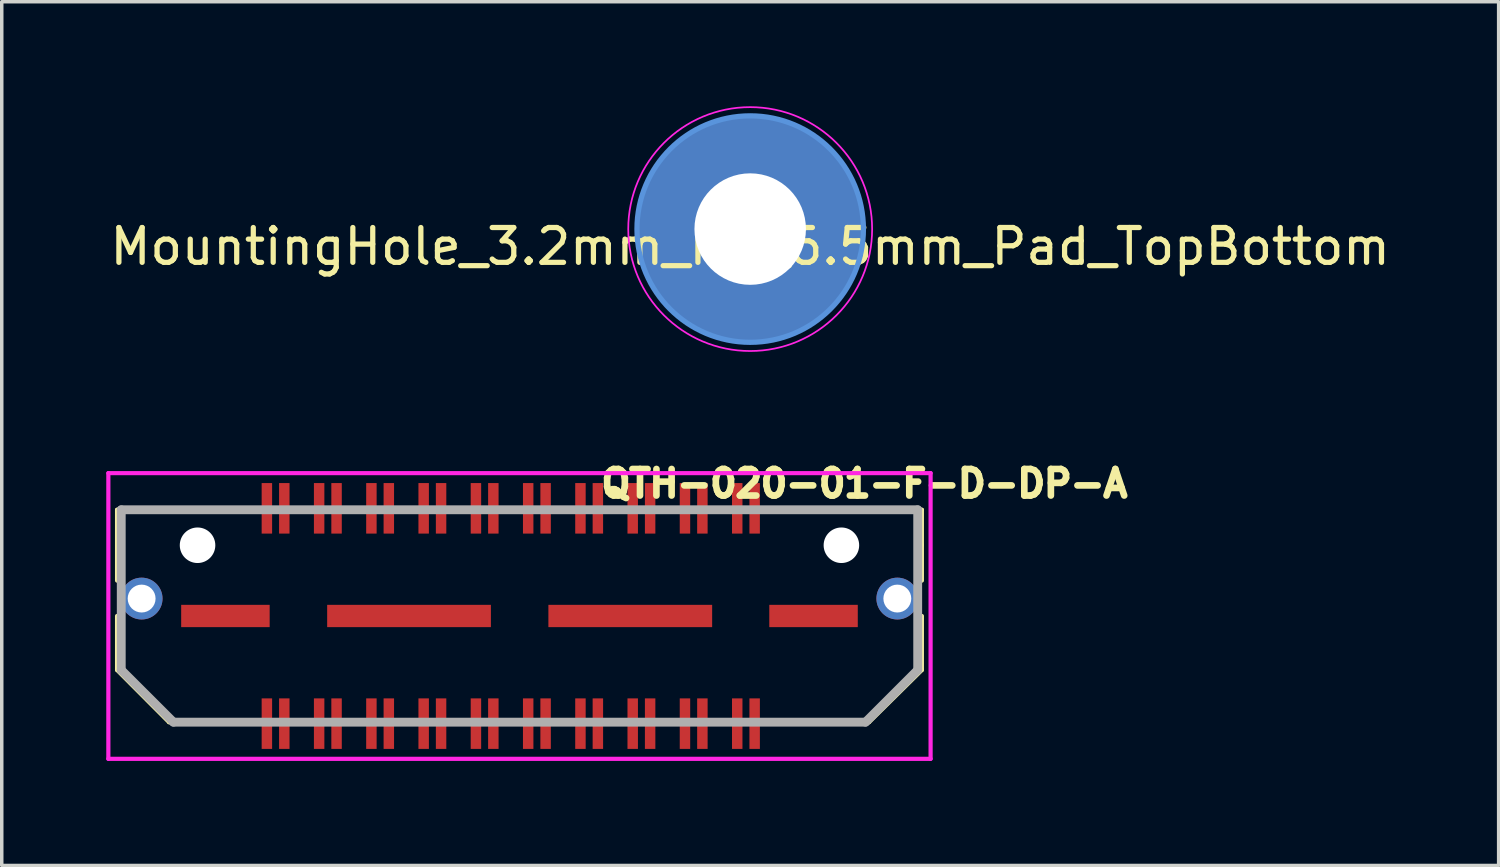
<source format=kicad_pcb>
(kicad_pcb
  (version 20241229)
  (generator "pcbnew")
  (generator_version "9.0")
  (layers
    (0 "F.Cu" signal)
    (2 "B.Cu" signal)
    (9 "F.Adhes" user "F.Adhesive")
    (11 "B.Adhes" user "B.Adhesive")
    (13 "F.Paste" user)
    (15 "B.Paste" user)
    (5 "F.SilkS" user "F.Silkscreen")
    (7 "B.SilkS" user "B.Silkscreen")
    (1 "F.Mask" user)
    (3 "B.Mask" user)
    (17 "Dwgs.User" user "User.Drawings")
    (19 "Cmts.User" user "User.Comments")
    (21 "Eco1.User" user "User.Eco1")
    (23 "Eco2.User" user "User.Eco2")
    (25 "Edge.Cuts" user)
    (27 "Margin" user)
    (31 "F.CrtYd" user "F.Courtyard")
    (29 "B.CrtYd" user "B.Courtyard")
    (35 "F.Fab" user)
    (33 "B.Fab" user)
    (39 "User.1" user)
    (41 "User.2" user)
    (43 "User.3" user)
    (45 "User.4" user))
  (footprint "QTH-020-01-F-D-DP-A"
    (layer "F.Cu")
    (at 11.86 14.63)
    (property "Reference" "QTH-020-01-F-D-DP-A" (at 9.9 -3.8 0) (layer "F.SilkS") (effects (font (size 0.762 0.762) (thickness 0.191))))
    (attr through_hole)
    (fp_line (start -11.55 -3.048) (end -7.671 -3.048) (stroke (width 0.12) (type solid)) (layer "F.SilkS"))
    (fp_line (start -11.55 -2.032) (end -11.55 -3.048) (stroke (width 0.12) (type solid)) (layer "F.SilkS"))
    (fp_line (start -11.55 -1.016) (end -11.55 -2.032) (stroke (width 0.12) (type solid)) (layer "F.SilkS"))
    (fp_line (start -11.55 1.55) (end -11.55 0) (stroke (width 0.12) (type solid)) (layer "F.SilkS"))
    (fp_line (start -10.058 3.048) (end -11.55 1.55) (stroke (width 0.12) (type solid)) (layer "F.SilkS"))
    (fp_line (start -7.696 3.048) (end -10.058 3.048) (stroke (width 0.12) (type solid)) (layer "F.SilkS"))
    (fp_line (start 7.214 3.048) (end 10.033 3.048) (stroke (width 0.12) (type solid)) (layer "F.SilkS"))
    (fp_line (start 10.033 3.048) (end 11.55 1.55) (stroke (width 0.12) (type solid)) (layer "F.SilkS"))
    (fp_line (start 11.55 -3.048) (end 7.2 -3.048) (stroke (width 0.12) (type solid)) (layer "F.SilkS"))
    (fp_line (start 11.55 -2.032) (end 11.55 -3.048) (stroke (width 0.12) (type solid)) (layer "F.SilkS"))
    (fp_line (start 11.55 -1.016) (end 11.55 -2.032) (stroke (width 0.12) (type solid)) (layer "F.SilkS"))
    (fp_line (start 11.55 1.55) (end 11.55 0) (stroke (width 0.12) (type solid)) (layer "F.SilkS"))
    (fp_line (start -11.8 -4.1) (end -11.8 4.1) (stroke (width 0.12) (type solid)) (layer "F.CrtYd"))
    (fp_line (start -11.8 4.1) (end 11.8 4.1) (stroke (width 0.12) (type solid)) (layer "F.CrtYd"))
    (fp_line (start 11.8 -4.1) (end -11.8 -4.1) (stroke (width 0.12) (type solid)) (layer "F.CrtYd"))
    (fp_line (start 11.8 4.1) (end 11.8 -4.1) (stroke (width 0.12) (type solid)) (layer "F.CrtYd"))
    (fp_line (start -11.43 -3.048) (end 11.43 -3.048) (stroke (width 0.254) (type solid)) (layer "F.Fab"))
    (fp_line (start -11.43 1.55) (end -11.43 -3.048) (stroke (width 0.254) (type solid)) (layer "F.Fab"))
    (fp_line (start -9.931 3.048) (end -11.43 1.55) (stroke (width 0.254) (type solid)) (layer "F.Fab"))
    (fp_line (start 9.931 3.048) (end -9.931 3.048) (stroke (width 0.254) (type solid)) (layer "F.Fab"))
    (fp_line (start 11.43 -3.048) (end 11.43 1.55) (stroke (width 0.254) (type solid)) (layer "F.Fab"))
    (fp_line (start 11.43 1.55) (end 9.931 3.048) (stroke (width 0.254) (type solid)) (layer "F.Fab"))
    (pad "" np_thru_hole circle (at -9.24 -2.03 180) (size 1.02 1.02) (drill 1.02) (layers "*.Cu" "*.Mask"))
    (pad "" np_thru_hole circle (at 9.24 -2.03 180) (size 1.02 1.02) (drill 1.02) (layers "*.Cu" "*.Mask"))
    (pad "0" smd rect (at -8.44 0 180) (size 2.54 0.64) (layers "F.Cu" "F.Mask" "F.Paste"))
    (pad "0" smd rect (at -3.17 0 180) (size 4.7 0.64) (layers "F.Cu" "F.Mask" "F.Paste"))
    (pad "0" smd rect (at 3.18 0 180) (size 4.7 0.64) (layers "F.Cu" "F.Mask" "F.Paste"))
    (pad "0" smd rect (at 8.44 0 180) (size 2.54 0.64) (layers "F.Cu" "F.Mask" "F.Paste"))
    (pad "1" smd rect (at -7.25 -3.09 180) (size 0.3 1.45) (layers "F.Cu" "F.Mask" "F.Paste"))
    (pad "2" smd rect (at -7.25 3.09 180) (size 0.3 1.45) (layers "F.Cu" "F.Mask" "F.Paste"))
    (pad "3" smd rect (at -6.75 -3.09 180) (size 0.3 1.45) (layers "F.Cu" "F.Mask" "F.Paste"))
    (pad "4" smd rect (at -6.75 3.09 180) (size 0.3 1.45) (layers "F.Cu" "F.Mask" "F.Paste"))
    (pad "5" smd rect (at -5.75 -3.09 180) (size 0.3 1.45) (layers "F.Cu" "F.Mask" "F.Paste"))
    (pad "6" smd rect (at -5.75 3.09 180) (size 0.3 1.45) (layers "F.Cu" "F.Mask" "F.Paste"))
    (pad "7" smd rect (at -5.25 -3.09 180) (size 0.3 1.45) (layers "F.Cu" "F.Mask" "F.Paste"))
    (pad "8" smd rect (at -5.25 3.09 180) (size 0.3 1.45) (layers "F.Cu" "F.Mask" "F.Paste"))
    (pad "9" smd rect (at -4.25 -3.09 180) (size 0.3 1.45) (layers "F.Cu" "F.Mask" "F.Paste"))
    (pad "10" smd rect (at -4.25 3.09 180) (size 0.3 1.45) (layers "F.Cu" "F.Mask" "F.Paste"))
    (pad "11" smd rect (at -3.75 -3.09 180) (size 0.3 1.45) (layers "F.Cu" "F.Mask" "F.Paste"))
    (pad "12" smd rect (at -3.75 3.09 180) (size 0.3 1.45) (layers "F.Cu" "F.Mask" "F.Paste"))
    (pad "13" smd rect (at -2.75 -3.09 180) (size 0.3 1.45) (layers "F.Cu" "F.Mask" "F.Paste"))
    (pad "14" smd rect (at -2.75 3.09 180) (size 0.3 1.45) (layers "F.Cu" "F.Mask" "F.Paste"))
    (pad "15" smd rect (at -2.25 -3.09 180) (size 0.3 1.45) (layers "F.Cu" "F.Mask" "F.Paste"))
    (pad "16" smd rect (at -2.25 3.09 180) (size 0.3 1.45) (layers "F.Cu" "F.Mask" "F.Paste"))
    (pad "17" smd rect (at -1.25 -3.09 180) (size 0.3 1.45) (layers "F.Cu" "F.Mask" "F.Paste"))
    (pad "18" smd rect (at -1.25 3.09 180) (size 0.3 1.45) (layers "F.Cu" "F.Mask" "F.Paste"))
    (pad "19" smd rect (at -0.75 -3.09 180) (size 0.3 1.45) (layers "F.Cu" "F.Mask" "F.Paste"))
    (pad "20" smd rect (at -0.75 3.09 180) (size 0.3 1.45) (layers "F.Cu" "F.Mask" "F.Paste"))
    (pad "21" smd rect (at 0.25 -3.09 180) (size 0.3 1.45) (layers "F.Cu" "F.Mask" "F.Paste"))
    (pad "22" smd rect (at 0.25 3.09 180) (size 0.3 1.45) (layers "F.Cu" "F.Mask" "F.Paste"))
    (pad "23" smd rect (at 0.75 -3.09 180) (size 0.3 1.45) (layers "F.Cu" "F.Mask" "F.Paste"))
    (pad "24" smd rect (at 0.75 3.09 180) (size 0.3 1.45) (layers "F.Cu" "F.Mask" "F.Paste"))
    (pad "25" smd rect (at 1.75 -3.09 180) (size 0.3 1.45) (layers "F.Cu" "F.Mask" "F.Paste"))
    (pad "26" smd rect (at 1.75 3.09 180) (size 0.3 1.45) (layers "F.Cu" "F.Mask" "F.Paste"))
    (pad "27" smd rect (at 2.25 -3.09 180) (size 0.3 1.45) (layers "F.Cu" "F.Mask" "F.Paste"))
    (pad "28" smd rect (at 2.25 3.09 180) (size 0.3 1.45) (layers "F.Cu" "F.Mask" "F.Paste"))
    (pad "29" smd rect (at 3.25 -3.09 180) (size 0.3 1.45) (layers "F.Cu" "F.Mask" "F.Paste"))
    (pad "30" smd rect (at 3.25 3.09 180) (size 0.3 1.45) (layers "F.Cu" "F.Mask" "F.Paste"))
    (pad "31" smd rect (at 3.75 -3.09 180) (size 0.3 1.45) (layers "F.Cu" "F.Mask" "F.Paste"))
    (pad "32" smd rect (at 3.75 3.09 180) (size 0.3 1.45) (layers "F.Cu" "F.Mask" "F.Paste"))
    (pad "33" smd rect (at 4.75 -3.09 180) (size 0.3 1.45) (layers "F.Cu" "F.Mask" "F.Paste"))
    (pad "34" smd rect (at 4.75 3.09 180) (size 0.3 1.45) (layers "F.Cu" "F.Mask" "F.Paste"))
    (pad "35" smd rect (at 5.25 -3.09 180) (size 0.3 1.45) (layers "F.Cu" "F.Mask" "F.Paste"))
    (pad "36" smd rect (at 5.25 3.09 180) (size 0.3 1.45) (layers "F.Cu" "F.Mask" "F.Paste"))
    (pad "37" smd rect (at 6.25 -3.09 180) (size 0.3 1.45) (layers "F.Cu" "F.Mask" "F.Paste"))
    (pad "38" smd rect (at 6.25 3.09 180) (size 0.3 1.45) (layers "F.Cu" "F.Mask" "F.Paste"))
    (pad "39" smd rect (at 6.75 -3.09 180) (size 0.3 1.45) (layers "F.Cu" "F.Mask" "F.Paste"))
    (pad "40" smd rect (at 6.75 3.09 180) (size 0.3 1.45) (layers "F.Cu" "F.Mask" "F.Paste"))
    (pad "MH" thru_hole circle (at -10.845 -0.5 180) (size 1.2 1.2) (drill 0.8) (layers "*.Cu" "*.Mask"))
    (pad "MH" thru_hole circle (at 10.845 -0.5 180) (size 1.2 1.2) (drill 0.8) (layers "*.Cu" "*.Mask")))
  (footprint "MountingHole_3.2mm_M3_6.5mm_Pad_TopBottom"
    (layer "F.Cu")
    (at 18.482 3.525)
    (property "Reference" "MountingHole_3.2mm_M3_6.5mm_Pad_TopBottom" (at 0 0.5 0) (layer "F.SilkS") (effects (font (size 1 1) (thickness 0.15))))
    (attr through_hole)
    (fp_circle (center 0 0) (end 3.25 0) (stroke (width 0.15) (type solid)) (fill no) (layer "Cmts.User"))
    (fp_circle (center 0 0) (end 3.5 0) (stroke (width 0.05) (type solid)) (fill no) (layer "F.CrtYd"))
    (pad "1" thru_hole circle (at 0 0) (size 3.6 3.6) (drill 3.2) (layers "*.Cu" "*.Mask"))
    (pad "1" connect circle (at 0 0) (size 6.5 6.5) (layers "F.Cu" "F.Mask"))
    (pad "1" connect circle (at 0 0) (size 6.5 6.5) (layers "B.Cu" "B.Mask")))
  (gr_rect
    (start -3 -3)
    (end 39.964 21.79)
    (stroke (width 0.1) (type default))
    (fill no)
    (layer "Edge.Cuts")))
</source>
